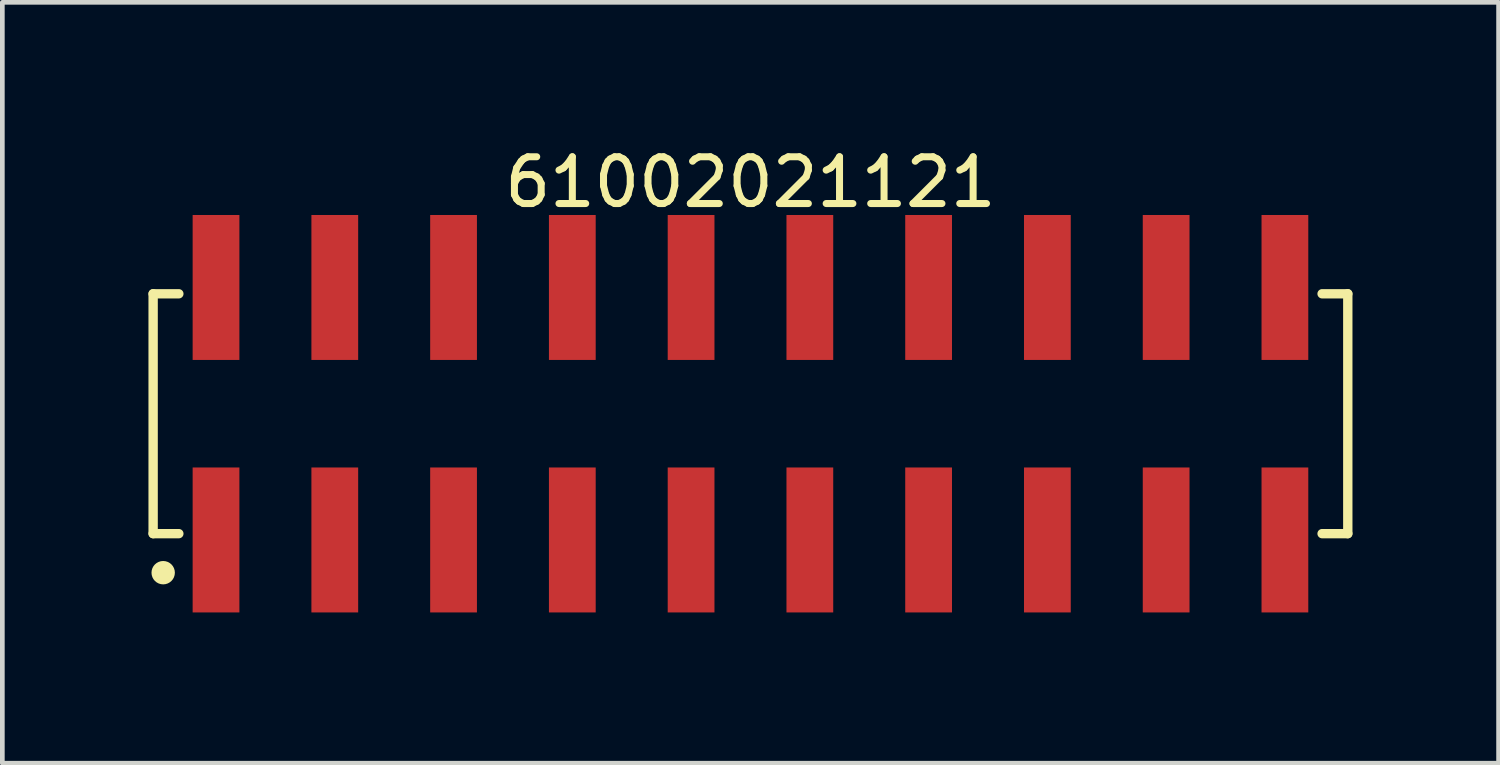
<source format=kicad_pcb>
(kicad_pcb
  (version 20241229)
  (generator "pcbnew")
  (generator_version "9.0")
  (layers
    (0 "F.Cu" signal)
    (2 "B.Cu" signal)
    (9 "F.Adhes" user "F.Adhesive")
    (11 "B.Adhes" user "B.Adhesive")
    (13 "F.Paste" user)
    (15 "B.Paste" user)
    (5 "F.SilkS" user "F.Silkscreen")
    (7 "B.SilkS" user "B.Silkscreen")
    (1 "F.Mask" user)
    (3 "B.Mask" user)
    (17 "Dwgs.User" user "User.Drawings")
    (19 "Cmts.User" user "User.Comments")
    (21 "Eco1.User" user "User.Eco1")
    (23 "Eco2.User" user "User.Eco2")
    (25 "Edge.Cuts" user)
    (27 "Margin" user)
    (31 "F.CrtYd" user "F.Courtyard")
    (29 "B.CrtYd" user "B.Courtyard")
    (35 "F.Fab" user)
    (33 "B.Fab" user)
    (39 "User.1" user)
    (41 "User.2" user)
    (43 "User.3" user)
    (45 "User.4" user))
  (footprint "61002021121"
    (layer "F.Cu")
    (at 13 5.798)
    (property "Reference" "61002021121" (at 0 -4.95 0) (layer "F.SilkS") (effects (font (size 1 1) (thickness 0.15))))
    (fp_line (start -12.775 -2.565) (end -12.225 -2.565) (stroke (width 0.2) (type solid)) (layer "F.SilkS"))
    (fp_line (start -12.775 2.565) (end -12.775 -2.565) (stroke (width 0.2) (type solid)) (layer "F.SilkS"))
    (fp_line (start -12.775 2.565) (end -12.225 2.565) (stroke (width 0.2) (type solid)) (layer "F.SilkS"))
    (fp_line (start 12.225 -2.565) (end 12.775 -2.565) (stroke (width 0.2) (type solid)) (layer "F.SilkS"))
    (fp_line (start 12.225 2.565) (end 12.775 2.565) (stroke (width 0.2) (type solid)) (layer "F.SilkS"))
    (fp_line (start 12.775 2.565) (end 12.775 -2.565) (stroke (width 0.2) (type solid)) (layer "F.SilkS"))
    (fp_circle (center -12.56 3.4) (end -12.56 3.275) (stroke (width 0.25) (type solid)) (fill no) (layer "F.SilkS"))
    (fp_line (start -12.975 -4.45) (end 12.975 -4.45) (stroke (width 0.05) (type solid)) (layer "Eco2.User"))
    (fp_line (start -12.975 4.45) (end -12.975 -4.45) (stroke (width 0.05) (type solid)) (layer "Eco2.User"))
    (fp_line (start -12.975 4.45) (end 12.975 4.45) (stroke (width 0.05) (type solid)) (layer "Eco2.User"))
    (fp_line (start -12.7 -2.54) (end 12.7 -2.54) (stroke (width 0.1) (type solid)) (layer "Eco2.User"))
    (fp_line (start -12.7 2.54) (end -12.7 -2.54) (stroke (width 0.1) (type solid)) (layer "Eco2.User"))
    (fp_line (start -12.7 2.54) (end 12.7 2.54) (stroke (width 0.1) (type solid)) (layer "Eco2.User"))
    (fp_line (start -11.75 -3.75) (end -11.11 -3.75) (stroke (width 0.1) (type solid)) (layer "Eco2.User"))
    (fp_line (start -11.75 -2.54) (end -11.75 -3.75) (stroke (width 0.1) (type solid)) (layer "Eco2.User"))
    (fp_line (start -11.75 3.75) (end -11.75 2.54) (stroke (width 0.1) (type solid)) (layer "Eco2.User"))
    (fp_line (start -11.75 3.75) (end -11.11 3.75) (stroke (width 0.1) (type solid)) (layer "Eco2.User"))
    (fp_line (start -11.11 -2.54) (end -11.11 -3.75) (stroke (width 0.1) (type solid)) (layer "Eco2.User"))
    (fp_line (start -11.11 3.75) (end -11.11 2.54) (stroke (width 0.1) (type solid)) (layer "Eco2.User"))
    (fp_line (start -9.21 -3.75) (end -8.57 -3.75) (stroke (width 0.1) (type solid)) (layer "Eco2.User"))
    (fp_line (start -9.21 -2.54) (end -9.21 -3.75) (stroke (width 0.1) (type solid)) (layer "Eco2.User"))
    (fp_line (start -9.21 3.75) (end -9.21 2.54) (stroke (width 0.1) (type solid)) (layer "Eco2.User"))
    (fp_line (start -9.21 3.75) (end -8.57 3.75) (stroke (width 0.1) (type solid)) (layer "Eco2.User"))
    (fp_line (start -8.57 -2.54) (end -8.57 -3.75) (stroke (width 0.1) (type solid)) (layer "Eco2.User"))
    (fp_line (start -8.57 3.75) (end -8.57 2.54) (stroke (width 0.1) (type solid)) (layer "Eco2.User"))
    (fp_line (start -6.67 -3.75) (end -6.03 -3.75) (stroke (width 0.1) (type solid)) (layer "Eco2.User"))
    (fp_line (start -6.67 -2.54) (end -6.67 -3.75) (stroke (width 0.1) (type solid)) (layer "Eco2.User"))
    (fp_line (start -6.67 3.75) (end -6.67 2.54) (stroke (width 0.1) (type solid)) (layer "Eco2.User"))
    (fp_line (start -6.67 3.75) (end -6.03 3.75) (stroke (width 0.1) (type solid)) (layer "Eco2.User"))
    (fp_line (start -6.03 -2.54) (end -6.03 -3.75) (stroke (width 0.1) (type solid)) (layer "Eco2.User"))
    (fp_line (start -6.03 3.75) (end -6.03 2.54) (stroke (width 0.1) (type solid)) (layer "Eco2.User"))
    (fp_line (start -4.13 -3.75) (end -3.49 -3.75) (stroke (width 0.1) (type solid)) (layer "Eco2.User"))
    (fp_line (start -4.13 -2.54) (end -4.13 -3.75) (stroke (width 0.1) (type solid)) (layer "Eco2.User"))
    (fp_line (start -4.13 3.75) (end -4.13 2.54) (stroke (width 0.1) (type solid)) (layer "Eco2.User"))
    (fp_line (start -4.13 3.75) (end -3.49 3.75) (stroke (width 0.1) (type solid)) (layer "Eco2.User"))
    (fp_line (start -3.49 -2.54) (end -3.49 -3.75) (stroke (width 0.1) (type solid)) (layer "Eco2.User"))
    (fp_line (start -3.49 3.75) (end -3.49 2.54) (stroke (width 0.1) (type solid)) (layer "Eco2.User"))
    (fp_line (start -1.59 -3.75) (end -0.95 -3.75) (stroke (width 0.1) (type solid)) (layer "Eco2.User"))
    (fp_line (start -1.59 -2.54) (end -1.59 -3.75) (stroke (width 0.1) (type solid)) (layer "Eco2.User"))
    (fp_line (start -1.59 3.75) (end -1.59 2.54) (stroke (width 0.1) (type solid)) (layer "Eco2.User"))
    (fp_line (start -1.59 3.75) (end -0.95 3.75) (stroke (width 0.1) (type solid)) (layer "Eco2.User"))
    (fp_line (start -0.95 -2.54) (end -0.95 -3.75) (stroke (width 0.1) (type solid)) (layer "Eco2.User"))
    (fp_line (start -0.95 3.75) (end -0.95 2.54) (stroke (width 0.1) (type solid)) (layer "Eco2.User"))
    (fp_line (start -0.5 0) (end 0.5 0) (stroke (width 0.05) (type solid)) (layer "Eco2.User"))
    (fp_line (start 0 0.5) (end 0 -0.5) (stroke (width 0.05) (type solid)) (layer "Eco2.User"))
    (fp_line (start 0.95 -3.75) (end 1.59 -3.75) (stroke (width 0.1) (type solid)) (layer "Eco2.User"))
    (fp_line (start 0.95 -2.54) (end 0.95 -3.75) (stroke (width 0.1) (type solid)) (layer "Eco2.User"))
    (fp_line (start 0.95 3.75) (end 0.95 2.54) (stroke (width 0.1) (type solid)) (layer "Eco2.User"))
    (fp_line (start 0.95 3.75) (end 1.59 3.75) (stroke (width 0.1) (type solid)) (layer "Eco2.User"))
    (fp_line (start 1.59 -2.54) (end 1.59 -3.75) (stroke (width 0.1) (type solid)) (layer "Eco2.User"))
    (fp_line (start 1.59 3.75) (end 1.59 2.54) (stroke (width 0.1) (type solid)) (layer "Eco2.User"))
    (fp_line (start 3.49 -3.75) (end 4.13 -3.75) (stroke (width 0.1) (type solid)) (layer "Eco2.User"))
    (fp_line (start 3.49 -2.54) (end 3.49 -3.75) (stroke (width 0.1) (type solid)) (layer "Eco2.User"))
    (fp_line (start 3.49 3.75) (end 3.49 2.54) (stroke (width 0.1) (type solid)) (layer "Eco2.User"))
    (fp_line (start 3.49 3.75) (end 4.13 3.75) (stroke (width 0.1) (type solid)) (layer "Eco2.User"))
    (fp_line (start 4.13 -2.54) (end 4.13 -3.75) (stroke (width 0.1) (type solid)) (layer "Eco2.User"))
    (fp_line (start 4.13 3.75) (end 4.13 2.54) (stroke (width 0.1) (type solid)) (layer "Eco2.User"))
    (fp_line (start 6.03 -3.75) (end 6.67 -3.75) (stroke (width 0.1) (type solid)) (layer "Eco2.User"))
    (fp_line (start 6.03 -2.54) (end 6.03 -3.75) (stroke (width 0.1) (type solid)) (layer "Eco2.User"))
    (fp_line (start 6.03 3.75) (end 6.03 2.54) (stroke (width 0.1) (type solid)) (layer "Eco2.User"))
    (fp_line (start 6.03 3.75) (end 6.67 3.75) (stroke (width 0.1) (type solid)) (layer "Eco2.User"))
    (fp_line (start 6.67 -2.54) (end 6.67 -3.75) (stroke (width 0.1) (type solid)) (layer "Eco2.User"))
    (fp_line (start 6.67 3.75) (end 6.67 2.54) (stroke (width 0.1) (type solid)) (layer "Eco2.User"))
    (fp_line (start 8.57 -3.75) (end 9.21 -3.75) (stroke (width 0.1) (type solid)) (layer "Eco2.User"))
    (fp_line (start 8.57 -2.54) (end 8.57 -3.75) (stroke (width 0.1) (type solid)) (layer "Eco2.User"))
    (fp_line (start 8.57 3.75) (end 8.57 2.54) (stroke (width 0.1) (type solid)) (layer "Eco2.User"))
    (fp_line (start 8.57 3.75) (end 9.21 3.75) (stroke (width 0.1) (type solid)) (layer "Eco2.User"))
    (fp_line (start 9.21 -2.54) (end 9.21 -3.75) (stroke (width 0.1) (type solid)) (layer "Eco2.User"))
    (fp_line (start 9.21 3.75) (end 9.21 2.54) (stroke (width 0.1) (type solid)) (layer "Eco2.User"))
    (fp_line (start 11.11 -3.75) (end 11.75 -3.75) (stroke (width 0.1) (type solid)) (layer "Eco2.User"))
    (fp_line (start 11.11 -2.54) (end 11.11 -3.75) (stroke (width 0.1) (type solid)) (layer "Eco2.User"))
    (fp_line (start 11.11 3.75) (end 11.11 2.54) (stroke (width 0.1) (type solid)) (layer "Eco2.User"))
    (fp_line (start 11.11 3.75) (end 11.75 3.75) (stroke (width 0.1) (type solid)) (layer "Eco2.User"))
    (fp_line (start 11.75 -2.54) (end 11.75 -3.75) (stroke (width 0.1) (type solid)) (layer "Eco2.User"))
    (fp_line (start 11.75 3.75) (end 11.75 2.54) (stroke (width 0.1) (type solid)) (layer "Eco2.User"))
    (fp_line (start 12.7 2.54) (end 12.7 -2.54) (stroke (width 0.1) (type solid)) (layer "Eco2.User"))
    (fp_line (start 12.975 4.45) (end 12.975 -4.45) (stroke (width 0.05) (type solid)) (layer "Eco2.User"))
    (fp_text user "${REFERENCE}" (at 0.15 -0.197 0) (unlocked yes) (layer "User.3") (effects (font (size 1.5 1.5) (thickness 0.15))))
    (pad "1" smd rect (at -11.43 2.7) (size 1 3.1) (layers "F.Cu" "F.Mask" "F.Paste"))
    (pad "2" smd rect (at -11.43 -2.7) (size 1 3.1) (layers "F.Cu" "F.Mask" "F.Paste"))
    (pad "3" smd rect (at -8.89 2.7) (size 1 3.1) (layers "F.Cu" "F.Mask" "F.Paste"))
    (pad "4" smd rect (at -8.89 -2.7) (size 1 3.1) (layers "F.Cu" "F.Mask" "F.Paste"))
    (pad "5" smd rect (at -6.35 2.7) (size 1 3.1) (layers "F.Cu" "F.Mask" "F.Paste"))
    (pad "6" smd rect (at -6.35 -2.7) (size 1 3.1) (layers "F.Cu" "F.Mask" "F.Paste"))
    (pad "7" smd rect (at -3.81 2.7) (size 1 3.1) (layers "F.Cu" "F.Mask" "F.Paste"))
    (pad "8" smd rect (at -3.81 -2.7) (size 1 3.1) (layers "F.Cu" "F.Mask" "F.Paste"))
    (pad "9" smd rect (at -1.27 2.7) (size 1 3.1) (layers "F.Cu" "F.Mask" "F.Paste"))
    (pad "10" smd rect (at -1.27 -2.7) (size 1 3.1) (layers "F.Cu" "F.Mask" "F.Paste"))
    (pad "11" smd rect (at 1.27 2.7) (size 1 3.1) (layers "F.Cu" "F.Mask" "F.Paste"))
    (pad "12" smd rect (at 1.27 -2.7) (size 1 3.1) (layers "F.Cu" "F.Mask" "F.Paste"))
    (pad "13" smd rect (at 3.81 2.7) (size 1 3.1) (layers "F.Cu" "F.Mask" "F.Paste"))
    (pad "14" smd rect (at 3.81 -2.7) (size 1 3.1) (layers "F.Cu" "F.Mask" "F.Paste"))
    (pad "15" smd rect (at 6.35 2.7) (size 1 3.1) (layers "F.Cu" "F.Mask" "F.Paste"))
    (pad "16" smd rect (at 6.35 -2.7) (size 1 3.1) (layers "F.Cu" "F.Mask" "F.Paste"))
    (pad "17" smd rect (at 8.89 2.7) (size 1 3.1) (layers "F.Cu" "F.Mask" "F.Paste"))
    (pad "18" smd rect (at 8.89 -2.7) (size 1 3.1) (layers "F.Cu" "F.Mask" "F.Paste"))
    (pad "19" smd rect (at 11.43 2.7) (size 1 3.1) (layers "F.Cu" "F.Mask" "F.Paste"))
    (pad "20" smd rect (at 11.43 -2.7) (size 1 3.1) (layers "F.Cu" "F.Mask" "F.Paste")))
  (gr_rect
    (start -3 -3)
    (end 29 13.273)
    (stroke (width 0.1) (type default))
    (fill no)
    (layer "Edge.Cuts")))
</source>
